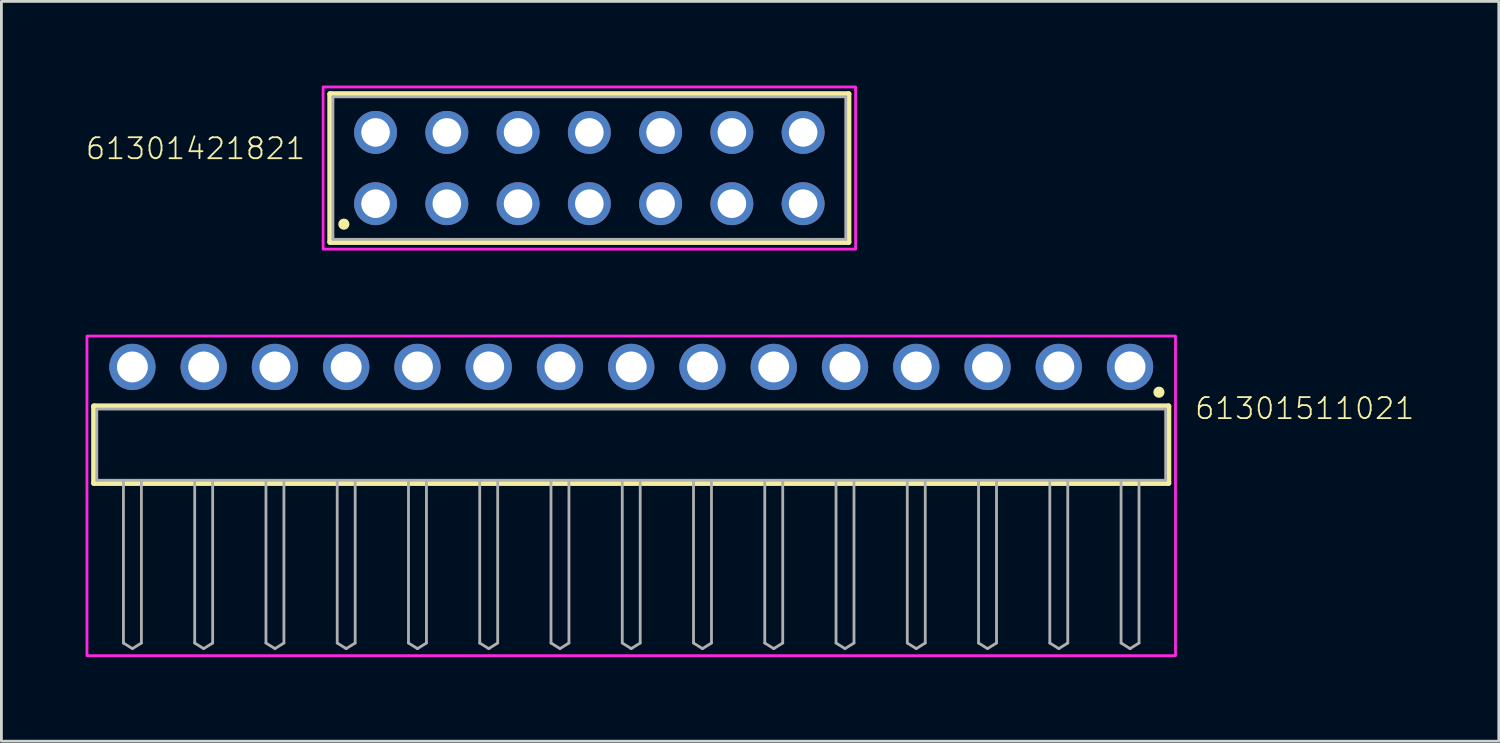
<source format=kicad_pcb>
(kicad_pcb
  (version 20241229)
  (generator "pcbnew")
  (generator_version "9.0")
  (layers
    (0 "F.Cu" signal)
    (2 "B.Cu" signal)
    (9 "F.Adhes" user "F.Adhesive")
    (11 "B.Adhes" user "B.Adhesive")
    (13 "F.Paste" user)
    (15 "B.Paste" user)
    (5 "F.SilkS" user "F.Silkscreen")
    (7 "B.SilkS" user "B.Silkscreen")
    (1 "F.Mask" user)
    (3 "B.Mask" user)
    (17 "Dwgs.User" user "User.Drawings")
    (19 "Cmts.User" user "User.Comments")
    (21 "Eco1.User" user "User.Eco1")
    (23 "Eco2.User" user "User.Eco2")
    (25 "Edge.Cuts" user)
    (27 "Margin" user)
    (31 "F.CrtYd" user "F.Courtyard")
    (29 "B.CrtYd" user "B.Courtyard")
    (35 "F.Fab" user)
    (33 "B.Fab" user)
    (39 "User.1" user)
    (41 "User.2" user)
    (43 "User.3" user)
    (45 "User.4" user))
  (footprint "61301511021"
    (layer "F.Cu")
    (at 19.45 12.8)
    (property "Reference" "61301511021" (at 20.045 -0.852 0) (unlocked yes) (layer "F.SilkS") (effects (font (size 0.748 0.748) (thickness 0.065)) (justify left bottom)))
    (fp_line (start -19.15 -1.37) (end 19.15 -1.37) (stroke (width 0.2) (type solid)) (layer "F.SilkS"))
    (fp_line (start -19.15 1.37) (end -19.15 -1.37) (stroke (width 0.2) (type solid)) (layer "F.SilkS"))
    (fp_line (start 19.15 -1.37) (end 19.15 1.37) (stroke (width 0.2) (type solid)) (layer "F.SilkS"))
    (fp_line (start 19.15 1.37) (end -19.15 1.37) (stroke (width 0.2) (type solid)) (layer "F.SilkS"))
    (fp_circle (center 18.81 -1.87) (end 18.91 -1.87) (stroke (width 0.2) (type solid)) (fill no) (layer "F.SilkS"))
    (fp_poly (pts (xy 19.4 7.52) (xy -19.4 7.52) (xy -19.4 -3.87) (xy 19.4 -3.87)) (stroke (width 0.1) (type default)) (fill no) (layer "F.CrtYd"))
    (fp_line (start -19.05 -1.27) (end 19.05 -1.27) (stroke (width 0.1) (type solid)) (layer "F.Fab"))
    (fp_line (start -19.05 1.27) (end -19.05 -1.27) (stroke (width 0.1) (type solid)) (layer "F.Fab"))
    (fp_line (start -18.1 1.27) (end -18.1 7.07) (stroke (width 0.1) (type solid)) (layer "F.Fab"))
    (fp_line (start -18.1 7.07) (end -17.78 7.27) (stroke (width 0.1) (type solid)) (layer "F.Fab"))
    (fp_line (start -17.78 7.27) (end -17.46 7.07) (stroke (width 0.1) (type solid)) (layer "F.Fab"))
    (fp_line (start -17.46 1.27) (end -17.46 7.07) (stroke (width 0.1) (type solid)) (layer "F.Fab"))
    (fp_line (start -15.56 1.27) (end -15.56 7.07) (stroke (width 0.1) (type solid)) (layer "F.Fab"))
    (fp_line (start -15.56 7.07) (end -15.24 7.27) (stroke (width 0.1) (type solid)) (layer "F.Fab"))
    (fp_line (start -15.24 7.27) (end -14.92 7.07) (stroke (width 0.1) (type solid)) (layer "F.Fab"))
    (fp_line (start -14.92 1.27) (end -14.92 7.07) (stroke (width 0.1) (type solid)) (layer "F.Fab"))
    (fp_line (start -13.02 1.27) (end -13.02 7.07) (stroke (width 0.1) (type solid)) (layer "F.Fab"))
    (fp_line (start -13.02 7.07) (end -12.7 7.27) (stroke (width 0.1) (type solid)) (layer "F.Fab"))
    (fp_line (start -12.7 7.27) (end -12.38 7.07) (stroke (width 0.1) (type solid)) (layer "F.Fab"))
    (fp_line (start -12.38 1.27) (end -12.38 7.07) (stroke (width 0.1) (type solid)) (layer "F.Fab"))
    (fp_line (start -10.48 1.27) (end -10.48 7.07) (stroke (width 0.1) (type solid)) (layer "F.Fab"))
    (fp_line (start -10.48 7.07) (end -10.16 7.27) (stroke (width 0.1) (type solid)) (layer "F.Fab"))
    (fp_line (start -10.16 7.27) (end -9.84 7.07) (stroke (width 0.1) (type solid)) (layer "F.Fab"))
    (fp_line (start -9.84 1.27) (end -9.84 7.07) (stroke (width 0.1) (type solid)) (layer "F.Fab"))
    (fp_line (start -7.94 1.27) (end -7.94 7.07) (stroke (width 0.1) (type solid)) (layer "F.Fab"))
    (fp_line (start -7.94 7.07) (end -7.62 7.27) (stroke (width 0.1) (type solid)) (layer "F.Fab"))
    (fp_line (start -7.62 7.27) (end -7.3 7.07) (stroke (width 0.1) (type solid)) (layer "F.Fab"))
    (fp_line (start -7.3 1.27) (end -7.3 7.07) (stroke (width 0.1) (type solid)) (layer "F.Fab"))
    (fp_line (start -5.4 1.27) (end -5.4 7.07) (stroke (width 0.1) (type solid)) (layer "F.Fab"))
    (fp_line (start -5.4 7.07) (end -5.08 7.27) (stroke (width 0.1) (type solid)) (layer "F.Fab"))
    (fp_line (start -5.08 7.27) (end -4.76 7.07) (stroke (width 0.1) (type solid)) (layer "F.Fab"))
    (fp_line (start -4.76 1.27) (end -4.76 7.07) (stroke (width 0.1) (type solid)) (layer "F.Fab"))
    (fp_line (start -2.86 1.27) (end -2.86 7.07) (stroke (width 0.1) (type solid)) (layer "F.Fab"))
    (fp_line (start -2.86 7.07) (end -2.54 7.27) (stroke (width 0.1) (type solid)) (layer "F.Fab"))
    (fp_line (start -2.54 7.27) (end -2.22 7.07) (stroke (width 0.1) (type solid)) (layer "F.Fab"))
    (fp_line (start -2.22 1.27) (end -2.22 7.07) (stroke (width 0.1) (type solid)) (layer "F.Fab"))
    (fp_line (start -0.32 1.27) (end -0.32 7.07) (stroke (width 0.1) (type solid)) (layer "F.Fab"))
    (fp_line (start -0.32 7.07) (end 0 7.27) (stroke (width 0.1) (type solid)) (layer "F.Fab"))
    (fp_line (start 0 7.27) (end 0.32 7.07) (stroke (width 0.1) (type solid)) (layer "F.Fab"))
    (fp_line (start 0.32 1.27) (end 0.32 7.07) (stroke (width 0.1) (type solid)) (layer "F.Fab"))
    (fp_line (start 2.22 1.27) (end 2.22 7.07) (stroke (width 0.1) (type solid)) (layer "F.Fab"))
    (fp_line (start 2.22 7.07) (end 2.54 7.27) (stroke (width 0.1) (type solid)) (layer "F.Fab"))
    (fp_line (start 2.54 7.27) (end 2.86 7.07) (stroke (width 0.1) (type solid)) (layer "F.Fab"))
    (fp_line (start 2.86 1.27) (end 2.86 7.07) (stroke (width 0.1) (type solid)) (layer "F.Fab"))
    (fp_line (start 4.76 1.27) (end 4.76 7.07) (stroke (width 0.1) (type solid)) (layer "F.Fab"))
    (fp_line (start 4.76 7.07) (end 5.08 7.27) (stroke (width 0.1) (type solid)) (layer "F.Fab"))
    (fp_line (start 5.08 7.27) (end 5.4 7.07) (stroke (width 0.1) (type solid)) (layer "F.Fab"))
    (fp_line (start 5.4 1.27) (end 5.4 7.07) (stroke (width 0.1) (type solid)) (layer "F.Fab"))
    (fp_line (start 7.3 1.27) (end 7.3 7.07) (stroke (width 0.1) (type solid)) (layer "F.Fab"))
    (fp_line (start 7.3 7.07) (end 7.62 7.27) (stroke (width 0.1) (type solid)) (layer "F.Fab"))
    (fp_line (start 7.62 7.27) (end 7.94 7.07) (stroke (width 0.1) (type solid)) (layer "F.Fab"))
    (fp_line (start 7.94 1.27) (end 7.94 7.07) (stroke (width 0.1) (type solid)) (layer "F.Fab"))
    (fp_line (start 9.84 1.27) (end 9.84 7.07) (stroke (width 0.1) (type solid)) (layer "F.Fab"))
    (fp_line (start 9.84 7.07) (end 10.16 7.27) (stroke (width 0.1) (type solid)) (layer "F.Fab"))
    (fp_line (start 10.16 7.27) (end 10.48 7.07) (stroke (width 0.1) (type solid)) (layer "F.Fab"))
    (fp_line (start 10.48 1.27) (end 10.48 7.07) (stroke (width 0.1) (type solid)) (layer "F.Fab"))
    (fp_line (start 12.38 1.27) (end 12.38 7.07) (stroke (width 0.1) (type solid)) (layer "F.Fab"))
    (fp_line (start 12.38 7.07) (end 12.7 7.27) (stroke (width 0.1) (type solid)) (layer "F.Fab"))
    (fp_line (start 12.7 7.27) (end 13.02 7.07) (stroke (width 0.1) (type solid)) (layer "F.Fab"))
    (fp_line (start 13.02 1.27) (end 13.02 7.07) (stroke (width 0.1) (type solid)) (layer "F.Fab"))
    (fp_line (start 14.92 1.27) (end -19.05 1.27) (stroke (width 0.1) (type solid)) (layer "F.Fab"))
    (fp_line (start 14.92 1.27) (end 14.92 7.07) (stroke (width 0.1) (type solid)) (layer "F.Fab"))
    (fp_line (start 14.92 7.07) (end 15.24 7.27) (stroke (width 0.1) (type solid)) (layer "F.Fab"))
    (fp_line (start 15.24 7.27) (end 15.56 7.07) (stroke (width 0.1) (type solid)) (layer "F.Fab"))
    (fp_line (start 15.56 1.27) (end 14.92 1.27) (stroke (width 0.1) (type solid)) (layer "F.Fab"))
    (fp_line (start 15.56 1.27) (end 15.56 7.07) (stroke (width 0.1) (type solid)) (layer "F.Fab"))
    (fp_line (start 17.46 1.27) (end 17.46 7.07) (stroke (width 0.1) (type solid)) (layer "F.Fab"))
    (fp_line (start 17.46 7.07) (end 17.78 7.27) (stroke (width 0.1) (type solid)) (layer "F.Fab"))
    (fp_line (start 17.78 7.27) (end 18.1 7.07) (stroke (width 0.1) (type solid)) (layer "F.Fab"))
    (fp_line (start 18.1 1.27) (end 18.1 7.07) (stroke (width 0.1) (type solid)) (layer "F.Fab"))
    (fp_line (start 19.05 -1.27) (end 19.05 1.27) (stroke (width 0.1) (type solid)) (layer "F.Fab"))
    (fp_line (start 19.05 1.27) (end 15.56 1.27) (stroke (width 0.1) (type solid)) (layer "F.Fab"))
    (pad "1" thru_hole circle (at 17.78 -2.77 180) (size 1.65 1.65) (drill 1.1) (layers "*.Cu" "*.Mask"))
    (pad "2" thru_hole circle (at 15.24 -2.77 180) (size 1.65 1.65) (drill 1.1) (layers "*.Cu" "*.Mask"))
    (pad "3" thru_hole circle (at 12.7 -2.77 180) (size 1.65 1.65) (drill 1.1) (layers "*.Cu" "*.Mask"))
    (pad "4" thru_hole circle (at 10.16 -2.77 180) (size 1.65 1.65) (drill 1.1) (layers "*.Cu" "*.Mask"))
    (pad "5" thru_hole circle (at 7.62 -2.77 180) (size 1.65 1.65) (drill 1.1) (layers "*.Cu" "*.Mask"))
    (pad "6" thru_hole circle (at 5.08 -2.77 180) (size 1.65 1.65) (drill 1.1) (layers "*.Cu" "*.Mask"))
    (pad "7" thru_hole circle (at 2.54 -2.77 180) (size 1.65 1.65) (drill 1.1) (layers "*.Cu" "*.Mask"))
    (pad "8" thru_hole circle (at 0 -2.77 180) (size 1.65 1.65) (drill 1.1) (layers "*.Cu" "*.Mask"))
    (pad "9" thru_hole circle (at -2.54 -2.77 180) (size 1.65 1.65) (drill 1.1) (layers "*.Cu" "*.Mask"))
    (pad "10" thru_hole circle (at -5.08 -2.77 180) (size 1.65 1.65) (drill 1.1) (layers "*.Cu" "*.Mask"))
    (pad "11" thru_hole circle (at -7.62 -2.77 180) (size 1.65 1.65) (drill 1.1) (layers "*.Cu" "*.Mask"))
    (pad "12" thru_hole circle (at -10.16 -2.77 180) (size 1.65 1.65) (drill 1.1) (layers "*.Cu" "*.Mask"))
    (pad "13" thru_hole circle (at -12.7 -2.77 180) (size 1.65 1.65) (drill 1.1) (layers "*.Cu" "*.Mask"))
    (pad "14" thru_hole circle (at -15.24 -2.77 180) (size 1.65 1.65) (drill 1.1) (layers "*.Cu" "*.Mask"))
    (pad "15" thru_hole circle (at -17.78 -2.77 180) (size 1.65 1.65) (drill 1.1) (layers "*.Cu" "*.Mask")))
  (footprint "61301421821"
    (layer "F.Cu")
    (at 17.957 2.94)
    (property "Reference" "61301421821" (at -10.078 -0.256 0) (unlocked yes) (layer "F.SilkS") (effects (font (size 0.748 0.748) (thickness 0.065)) (justify right bottom)))
    (fp_line (start -9.24 -2.64) (end 9.24 -2.64) (stroke (width 0.2) (type solid)) (layer "F.SilkS"))
    (fp_line (start -9.24 2.64) (end -9.24 -2.64) (stroke (width 0.2) (type solid)) (layer "F.SilkS"))
    (fp_line (start 9.24 -2.64) (end 9.24 2.64) (stroke (width 0.2) (type solid)) (layer "F.SilkS"))
    (fp_line (start 9.24 2.64) (end -9.24 2.64) (stroke (width 0.2) (type solid)) (layer "F.SilkS"))
    (fp_circle (center -8.75 2) (end -8.65 2) (stroke (width 0.2) (type solid)) (fill no) (layer "F.SilkS"))
    (fp_poly (pts (xy 9.49 2.89) (xy -9.49 2.89) (xy -9.49 -2.89) (xy 9.49 -2.89)) (stroke (width 0.1) (type default)) (fill no) (layer "F.CrtYd"))
    (fp_line (start -9.14 -2.54) (end -9.14 2.54) (stroke (width 0.1) (type solid)) (layer "F.Fab"))
    (fp_line (start -9.14 2.54) (end 9.14 2.54) (stroke (width 0.1) (type solid)) (layer "F.Fab"))
    (fp_line (start 9.14 -2.54) (end -9.14 -2.54) (stroke (width 0.1) (type solid)) (layer "F.Fab"))
    (fp_line (start 9.14 2.54) (end 9.14 -2.54) (stroke (width 0.1) (type solid)) (layer "F.Fab"))
    (pad "1" thru_hole circle (at -7.62 1.27) (size 1.53 1.53) (drill 1.02) (layers "*.Cu" "*.Mask"))
    (pad "2" thru_hole circle (at -7.62 -1.27) (size 1.53 1.53) (drill 1.02) (layers "*.Cu" "*.Mask"))
    (pad "3" thru_hole circle (at -5.08 1.27) (size 1.53 1.53) (drill 1.02) (layers "*.Cu" "*.Mask"))
    (pad "4" thru_hole circle (at -5.08 -1.27) (size 1.53 1.53) (drill 1.02) (layers "*.Cu" "*.Mask"))
    (pad "5" thru_hole circle (at -2.54 1.27) (size 1.53 1.53) (drill 1.02) (layers "*.Cu" "*.Mask"))
    (pad "6" thru_hole circle (at -2.54 -1.27) (size 1.53 1.53) (drill 1.02) (layers "*.Cu" "*.Mask"))
    (pad "7" thru_hole circle (at 0 1.27) (size 1.53 1.53) (drill 1.02) (layers "*.Cu" "*.Mask"))
    (pad "8" thru_hole circle (at 0 -1.27) (size 1.53 1.53) (drill 1.02) (layers "*.Cu" "*.Mask"))
    (pad "9" thru_hole circle (at 2.54 1.27) (size 1.53 1.53) (drill 1.02) (layers "*.Cu" "*.Mask"))
    (pad "10" thru_hole circle (at 2.54 -1.27) (size 1.53 1.53) (drill 1.02) (layers "*.Cu" "*.Mask"))
    (pad "11" thru_hole circle (at 5.08 1.27) (size 1.53 1.53) (drill 1.02) (layers "*.Cu" "*.Mask"))
    (pad "12" thru_hole circle (at 5.08 -1.27) (size 1.53 1.53) (drill 1.02) (layers "*.Cu" "*.Mask"))
    (pad "13" thru_hole circle (at 7.62 1.27) (size 1.53 1.53) (drill 1.02) (layers "*.Cu" "*.Mask"))
    (pad "14" thru_hole circle (at 7.62 -1.27) (size 1.53 1.53) (drill 1.02) (layers "*.Cu" "*.Mask")))
  (gr_rect
    (start -3 -3)
    (end 50.374 23.37)
    (stroke (width 0.1) (type default))
    (fill no)
    (layer "Edge.Cuts")))
</source>
